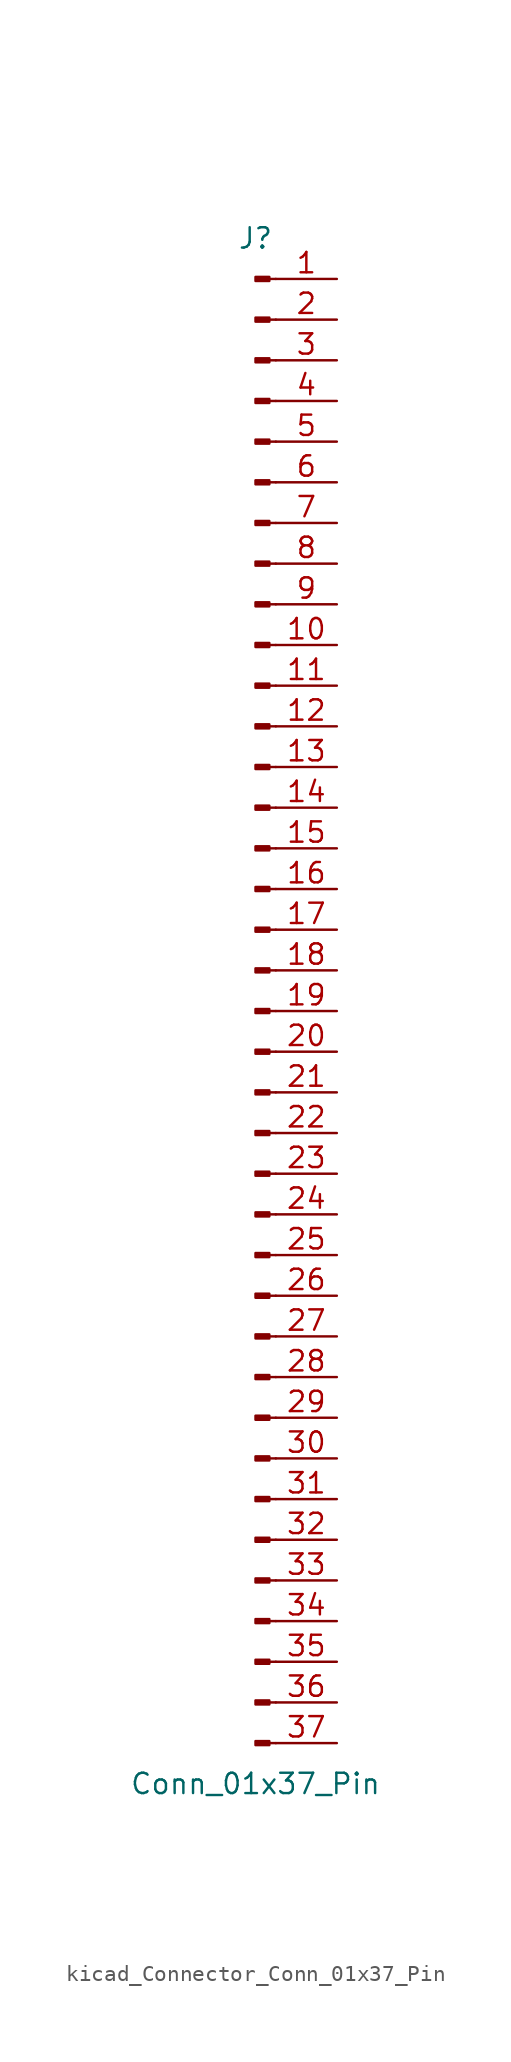
<source format=kicad_sym>
(kicad_symbol_lib
  (version 20220914)
  (generator kicad_symbol_editor)
  (symbol "kicad_Connector_Conn_01x37_Pin"
    (pin_names
      (offset 1.016) hide)
    (property "Reference" "J"
      (at 0 48.26 0)
      (effects (font (size 1.27 1.27))))
    (property "Value" "Conn_01x37_Pin"
      (at 0 -48.26 0)
      (effects (font (size 1.27 1.27))))
    (property "ki_locked" ""
      (at 0 0 0)
      (effects (font (size 1.27 1.27))))
    (symbol "kicad_Connector_Conn_01x37_Pin_1_1"
      (polyline (pts (xy 1.27 -45.72) (xy 0.864 -45.72)) (stroke (width 0.152) (type default)) (fill (type none)))
      (polyline (pts (xy 1.27 -43.18) (xy 0.864 -43.18)) (stroke (width 0.152) (type default)) (fill (type none)))
      (polyline (pts (xy 1.27 -40.64) (xy 0.864 -40.64)) (stroke (width 0.152) (type default)) (fill (type none)))
      (polyline (pts (xy 1.27 -38.1) (xy 0.864 -38.1)) (stroke (width 0.152) (type default)) (fill (type none)))
      (polyline (pts (xy 1.27 -35.56) (xy 0.864 -35.56)) (stroke (width 0.152) (type default)) (fill (type none)))
      (polyline (pts (xy 1.27 -33.02) (xy 0.864 -33.02)) (stroke (width 0.152) (type default)) (fill (type none)))
      (polyline (pts (xy 1.27 -30.48) (xy 0.864 -30.48)) (stroke (width 0.152) (type default)) (fill (type none)))
      (polyline (pts (xy 1.27 -27.94) (xy 0.864 -27.94)) (stroke (width 0.152) (type default)) (fill (type none)))
      (polyline (pts (xy 1.27 -25.4) (xy 0.864 -25.4)) (stroke (width 0.152) (type default)) (fill (type none)))
      (polyline (pts (xy 1.27 -22.86) (xy 0.864 -22.86)) (stroke (width 0.152) (type default)) (fill (type none)))
      (polyline (pts (xy 1.27 -20.32) (xy 0.864 -20.32)) (stroke (width 0.152) (type default)) (fill (type none)))
      (polyline (pts (xy 1.27 -17.78) (xy 0.864 -17.78)) (stroke (width 0.152) (type default)) (fill (type none)))
      (polyline (pts (xy 1.27 -15.24) (xy 0.864 -15.24)) (stroke (width 0.152) (type default)) (fill (type none)))
      (polyline (pts (xy 1.27 -12.7) (xy 0.864 -12.7)) (stroke (width 0.152) (type default)) (fill (type none)))
      (polyline (pts (xy 1.27 -10.16) (xy 0.864 -10.16)) (stroke (width 0.152) (type default)) (fill (type none)))
      (polyline (pts (xy 1.27 -7.62) (xy 0.864 -7.62)) (stroke (width 0.152) (type default)) (fill (type none)))
      (polyline (pts (xy 1.27 -5.08) (xy 0.864 -5.08)) (stroke (width 0.152) (type default)) (fill (type none)))
      (polyline (pts (xy 1.27 -2.54) (xy 0.864 -2.54)) (stroke (width 0.152) (type default)) (fill (type none)))
      (polyline (pts (xy 1.27 0) (xy 0.864 0)) (stroke (width 0.152) (type default)) (fill (type none)))
      (polyline (pts (xy 1.27 2.54) (xy 0.864 2.54)) (stroke (width 0.152) (type default)) (fill (type none)))
      (polyline (pts (xy 1.27 5.08) (xy 0.864 5.08)) (stroke (width 0.152) (type default)) (fill (type none)))
      (polyline (pts (xy 1.27 7.62) (xy 0.864 7.62)) (stroke (width 0.152) (type default)) (fill (type none)))
      (polyline (pts (xy 1.27 10.16) (xy 0.864 10.16)) (stroke (width 0.152) (type default)) (fill (type none)))
      (polyline (pts (xy 1.27 12.7) (xy 0.864 12.7)) (stroke (width 0.152) (type default)) (fill (type none)))
      (polyline (pts (xy 1.27 15.24) (xy 0.864 15.24)) (stroke (width 0.152) (type default)) (fill (type none)))
      (polyline (pts (xy 1.27 17.78) (xy 0.864 17.78)) (stroke (width 0.152) (type default)) (fill (type none)))
      (polyline (pts (xy 1.27 20.32) (xy 0.864 20.32)) (stroke (width 0.152) (type default)) (fill (type none)))
      (polyline (pts (xy 1.27 22.86) (xy 0.864 22.86)) (stroke (width 0.152) (type default)) (fill (type none)))
      (polyline (pts (xy 1.27 25.4) (xy 0.864 25.4)) (stroke (width 0.152) (type default)) (fill (type none)))
      (polyline (pts (xy 1.27 27.94) (xy 0.864 27.94)) (stroke (width 0.152) (type default)) (fill (type none)))
      (polyline (pts (xy 1.27 30.48) (xy 0.864 30.48)) (stroke (width 0.152) (type default)) (fill (type none)))
      (polyline (pts (xy 1.27 33.02) (xy 0.864 33.02)) (stroke (width 0.152) (type default)) (fill (type none)))
      (polyline (pts (xy 1.27 35.56) (xy 0.864 35.56)) (stroke (width 0.152) (type default)) (fill (type none)))
      (polyline (pts (xy 1.27 38.1) (xy 0.864 38.1)) (stroke (width 0.152) (type default)) (fill (type none)))
      (polyline (pts (xy 1.27 40.64) (xy 0.864 40.64)) (stroke (width 0.152) (type default)) (fill (type none)))
      (polyline (pts (xy 1.27 43.18) (xy 0.864 43.18)) (stroke (width 0.152) (type default)) (fill (type none)))
      (polyline (pts (xy 1.27 45.72) (xy 0.864 45.72)) (stroke (width 0.152) (type default)) (fill (type none)))
      (rectangle (start 0.864 -45.593) (end 0 -45.847) (stroke (width 0.152) (type default)) (fill (type outline)))
      (rectangle (start 0.864 -43.053) (end 0 -43.307) (stroke (width 0.152) (type default)) (fill (type outline)))
      (rectangle (start 0.864 -40.513) (end 0 -40.767) (stroke (width 0.152) (type default)) (fill (type outline)))
      (rectangle (start 0.864 -37.973) (end 0 -38.227) (stroke (width 0.152) (type default)) (fill (type outline)))
      (rectangle (start 0.864 -35.433) (end 0 -35.687) (stroke (width 0.152) (type default)) (fill (type outline)))
      (rectangle (start 0.864 -32.893) (end 0 -33.147) (stroke (width 0.152) (type default)) (fill (type outline)))
      (rectangle (start 0.864 -30.353) (end 0 -30.607) (stroke (width 0.152) (type default)) (fill (type outline)))
      (rectangle (start 0.864 -27.813) (end 0 -28.067) (stroke (width 0.152) (type default)) (fill (type outline)))
      (rectangle (start 0.864 -25.273) (end 0 -25.527) (stroke (width 0.152) (type default)) (fill (type outline)))
      (rectangle (start 0.864 -22.733) (end 0 -22.987) (stroke (width 0.152) (type default)) (fill (type outline)))
      (rectangle (start 0.864 -20.193) (end 0 -20.447) (stroke (width 0.152) (type default)) (fill (type outline)))
      (rectangle (start 0.864 -17.653) (end 0 -17.907) (stroke (width 0.152) (type default)) (fill (type outline)))
      (rectangle (start 0.864 -15.113) (end 0 -15.367) (stroke (width 0.152) (type default)) (fill (type outline)))
      (rectangle (start 0.864 -12.573) (end 0 -12.827) (stroke (width 0.152) (type default)) (fill (type outline)))
      (rectangle (start 0.864 -10.033) (end 0 -10.287) (stroke (width 0.152) (type default)) (fill (type outline)))
      (rectangle (start 0.864 -7.493) (end 0 -7.747) (stroke (width 0.152) (type default)) (fill (type outline)))
      (rectangle (start 0.864 -4.953) (end 0 -5.207) (stroke (width 0.152) (type default)) (fill (type outline)))
      (rectangle (start 0.864 -2.413) (end 0 -2.667) (stroke (width 0.152) (type default)) (fill (type outline)))
      (rectangle (start 0.864 0.127) (end 0 -0.127) (stroke (width 0.152) (type default)) (fill (type outline)))
      (rectangle (start 0.864 2.667) (end 0 2.413) (stroke (width 0.152) (type default)) (fill (type outline)))
      (rectangle (start 0.864 5.207) (end 0 4.953) (stroke (width 0.152) (type default)) (fill (type outline)))
      (rectangle (start 0.864 7.747) (end 0 7.493) (stroke (width 0.152) (type default)) (fill (type outline)))
      (rectangle (start 0.864 10.287) (end 0 10.033) (stroke (width 0.152) (type default)) (fill (type outline)))
      (rectangle (start 0.864 12.827) (end 0 12.573) (stroke (width 0.152) (type default)) (fill (type outline)))
      (rectangle (start 0.864 15.367) (end 0 15.113) (stroke (width 0.152) (type default)) (fill (type outline)))
      (rectangle (start 0.864 17.907) (end 0 17.653) (stroke (width 0.152) (type default)) (fill (type outline)))
      (rectangle (start 0.864 20.447) (end 0 20.193) (stroke (width 0.152) (type default)) (fill (type outline)))
      (rectangle (start 0.864 22.987) (end 0 22.733) (stroke (width 0.152) (type default)) (fill (type outline)))
      (rectangle (start 0.864 25.527) (end 0 25.273) (stroke (width 0.152) (type default)) (fill (type outline)))
      (rectangle (start 0.864 28.067) (end 0 27.813) (stroke (width 0.152) (type default)) (fill (type outline)))
      (rectangle (start 0.864 30.607) (end 0 30.353) (stroke (width 0.152) (type default)) (fill (type outline)))
      (rectangle (start 0.864 33.147) (end 0 32.893) (stroke (width 0.152) (type default)) (fill (type outline)))
      (rectangle (start 0.864 35.687) (end 0 35.433) (stroke (width 0.152) (type default)) (fill (type outline)))
      (rectangle (start 0.864 38.227) (end 0 37.973) (stroke (width 0.152) (type default)) (fill (type outline)))
      (rectangle (start 0.864 40.767) (end 0 40.513) (stroke (width 0.152) (type default)) (fill (type outline)))
      (rectangle (start 0.864 43.307) (end 0 43.053) (stroke (width 0.152) (type default)) (fill (type outline)))
      (rectangle (start 0.864 45.847) (end 0 45.593) (stroke (width 0.152) (type default)) (fill (type outline)))
      (pin passive line (at 5.08 45.72 180) (length 3.81) (name "Pin_1" (effects (font (size 1.27 1.27)))) (number "1" (effects (font (size 1.27 1.27)))))
      (pin passive line (at 5.08 22.86 180) (length 3.81) (name "Pin_10" (effects (font (size 1.27 1.27)))) (number "10" (effects (font (size 1.27 1.27)))))
      (pin passive line (at 5.08 20.32 180) (length 3.81) (name "Pin_11" (effects (font (size 1.27 1.27)))) (number "11" (effects (font (size 1.27 1.27)))))
      (pin passive line (at 5.08 17.78 180) (length 3.81) (name "Pin_12" (effects (font (size 1.27 1.27)))) (number "12" (effects (font (size 1.27 1.27)))))
      (pin passive line (at 5.08 15.24 180) (length 3.81) (name "Pin_13" (effects (font (size 1.27 1.27)))) (number "13" (effects (font (size 1.27 1.27)))))
      (pin passive line (at 5.08 12.7 180) (length 3.81) (name "Pin_14" (effects (font (size 1.27 1.27)))) (number "14" (effects (font (size 1.27 1.27)))))
      (pin passive line (at 5.08 10.16 180) (length 3.81) (name "Pin_15" (effects (font (size 1.27 1.27)))) (number "15" (effects (font (size 1.27 1.27)))))
      (pin passive line (at 5.08 7.62 180) (length 3.81) (name "Pin_16" (effects (font (size 1.27 1.27)))) (number "16" (effects (font (size 1.27 1.27)))))
      (pin passive line (at 5.08 5.08 180) (length 3.81) (name "Pin_17" (effects (font (size 1.27 1.27)))) (number "17" (effects (font (size 1.27 1.27)))))
      (pin passive line (at 5.08 2.54 180) (length 3.81) (name "Pin_18" (effects (font (size 1.27 1.27)))) (number "18" (effects (font (size 1.27 1.27)))))
      (pin passive line (at 5.08 0 180) (length 3.81) (name "Pin_19" (effects (font (size 1.27 1.27)))) (number "19" (effects (font (size 1.27 1.27)))))
      (pin passive line (at 5.08 43.18 180) (length 3.81) (name "Pin_2" (effects (font (size 1.27 1.27)))) (number "2" (effects (font (size 1.27 1.27)))))
      (pin passive line (at 5.08 -2.54 180) (length 3.81) (name "Pin_20" (effects (font (size 1.27 1.27)))) (number "20" (effects (font (size 1.27 1.27)))))
      (pin passive line (at 5.08 -5.08 180) (length 3.81) (name "Pin_21" (effects (font (size 1.27 1.27)))) (number "21" (effects (font (size 1.27 1.27)))))
      (pin passive line (at 5.08 -7.62 180) (length 3.81) (name "Pin_22" (effects (font (size 1.27 1.27)))) (number "22" (effects (font (size 1.27 1.27)))))
      (pin passive line (at 5.08 -10.16 180) (length 3.81) (name "Pin_23" (effects (font (size 1.27 1.27)))) (number "23" (effects (font (size 1.27 1.27)))))
      (pin passive line (at 5.08 -12.7 180) (length 3.81) (name "Pin_24" (effects (font (size 1.27 1.27)))) (number "24" (effects (font (size 1.27 1.27)))))
      (pin passive line (at 5.08 -15.24 180) (length 3.81) (name "Pin_25" (effects (font (size 1.27 1.27)))) (number "25" (effects (font (size 1.27 1.27)))))
      (pin passive line (at 5.08 -17.78 180) (length 3.81) (name "Pin_26" (effects (font (size 1.27 1.27)))) (number "26" (effects (font (size 1.27 1.27)))))
      (pin passive line (at 5.08 -20.32 180) (length 3.81) (name "Pin_27" (effects (font (size 1.27 1.27)))) (number "27" (effects (font (size 1.27 1.27)))))
      (pin passive line (at 5.08 -22.86 180) (length 3.81) (name "Pin_28" (effects (font (size 1.27 1.27)))) (number "28" (effects (font (size 1.27 1.27)))))
      (pin passive line (at 5.08 -25.4 180) (length 3.81) (name "Pin_29" (effects (font (size 1.27 1.27)))) (number "29" (effects (font (size 1.27 1.27)))))
      (pin passive line (at 5.08 40.64 180) (length 3.81) (name "Pin_3" (effects (font (size 1.27 1.27)))) (number "3" (effects (font (size 1.27 1.27)))))
      (pin passive line (at 5.08 -27.94 180) (length 3.81) (name "Pin_30" (effects (font (size 1.27 1.27)))) (number "30" (effects (font (size 1.27 1.27)))))
      (pin passive line (at 5.08 -30.48 180) (length 3.81) (name "Pin_31" (effects (font (size 1.27 1.27)))) (number "31" (effects (font (size 1.27 1.27)))))
      (pin passive line (at 5.08 -33.02 180) (length 3.81) (name "Pin_32" (effects (font (size 1.27 1.27)))) (number "32" (effects (font (size 1.27 1.27)))))
      (pin passive line (at 5.08 -35.56 180) (length 3.81) (name "Pin_33" (effects (font (size 1.27 1.27)))) (number "33" (effects (font (size 1.27 1.27)))))
      (pin passive line (at 5.08 -38.1 180) (length 3.81) (name "Pin_34" (effects (font (size 1.27 1.27)))) (number "34" (effects (font (size 1.27 1.27)))))
      (pin passive line (at 5.08 -40.64 180) (length 3.81) (name "Pin_35" (effects (font (size 1.27 1.27)))) (number "35" (effects (font (size 1.27 1.27)))))
      (pin passive line (at 5.08 -43.18 180) (length 3.81) (name "Pin_36" (effects (font (size 1.27 1.27)))) (number "36" (effects (font (size 1.27 1.27)))))
      (pin passive line (at 5.08 -45.72 180) (length 3.81) (name "Pin_37" (effects (font (size 1.27 1.27)))) (number "37" (effects (font (size 1.27 1.27)))))
      (pin passive line (at 5.08 38.1 180) (length 3.81) (name "Pin_4" (effects (font (size 1.27 1.27)))) (number "4" (effects (font (size 1.27 1.27)))))
      (pin passive line (at 5.08 35.56 180) (length 3.81) (name "Pin_5" (effects (font (size 1.27 1.27)))) (number "5" (effects (font (size 1.27 1.27)))))
      (pin passive line (at 5.08 33.02 180) (length 3.81) (name "Pin_6" (effects (font (size 1.27 1.27)))) (number "6" (effects (font (size 1.27 1.27)))))
      (pin passive line (at 5.08 30.48 180) (length 3.81) (name "Pin_7" (effects (font (size 1.27 1.27)))) (number "7" (effects (font (size 1.27 1.27)))))
      (pin passive line (at 5.08 27.94 180) (length 3.81) (name "Pin_8" (effects (font (size 1.27 1.27)))) (number "8" (effects (font (size 1.27 1.27)))))
      (pin passive line (at 5.08 25.4 180) (length 3.81) (name "Pin_9" (effects (font (size 1.27 1.27)))) (number "9" (effects (font (size 1.27 1.27))))))))
</source>
